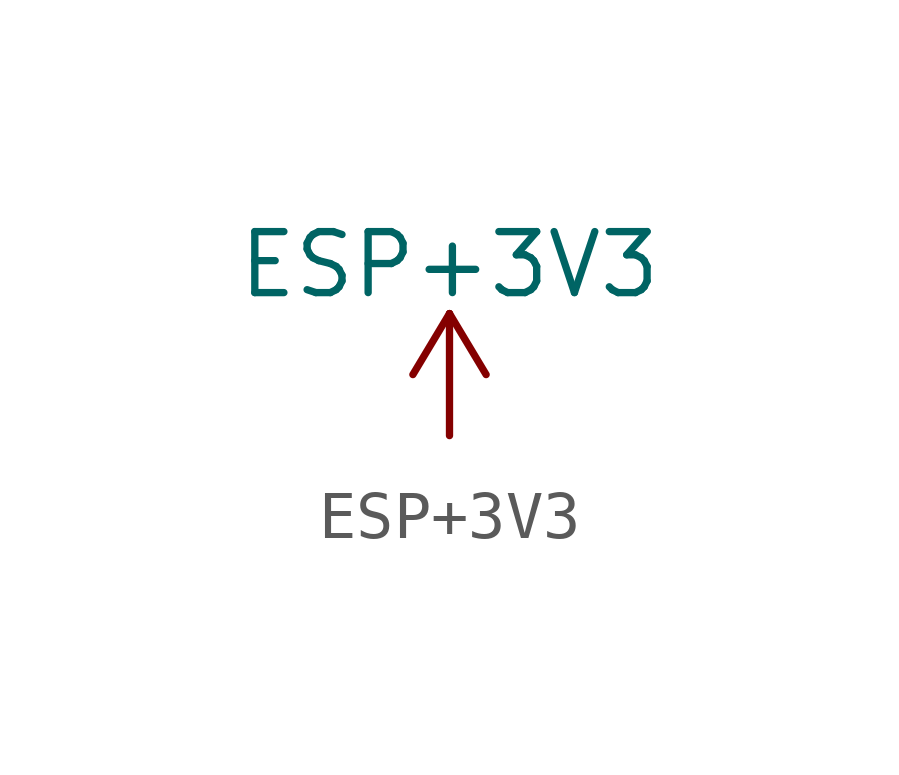
<source format=kicad_sym>
(kicad_symbol_lib
  (version 20211014)
  (generator kicad_symbol_editor)
  (symbol "ESP+3V3"
    (power)
    (pin_names
      (offset 0))
    (property "Reference" "#PWR"
      (at 0 -3.81 0)
      (effects (font (size 1.27 1.27)) hide))
    (property "Value" "ESP+3V3"
      (at 0 3.556 0)
      (effects (font (size 1.27 1.27))))
    (symbol "ESP+3V3_0_1"
      (polyline (pts (xy -0.762 1.27) (xy 0 2.54)) (stroke (width 0) (type default) (color 0 0 0 0)) (fill (type none)))
      (polyline (pts (xy 0 0) (xy 0 2.54)) (stroke (width 0) (type default) (color 0 0 0 0)) (fill (type none)))
      (polyline (pts (xy 0 2.54) (xy 0.762 1.27)) (stroke (width 0) (type default) (color 0 0 0 0)) (fill (type none))))
    (symbol "ESP+3V3_1_1"
      (pin power_in line (at 0 0 90) (length 0) hide (name "ESP+3V3" (effects (font (size 1.27 1.27)))) (number "1" (effects (font (size 1.27 1.27))))))))
</source>
